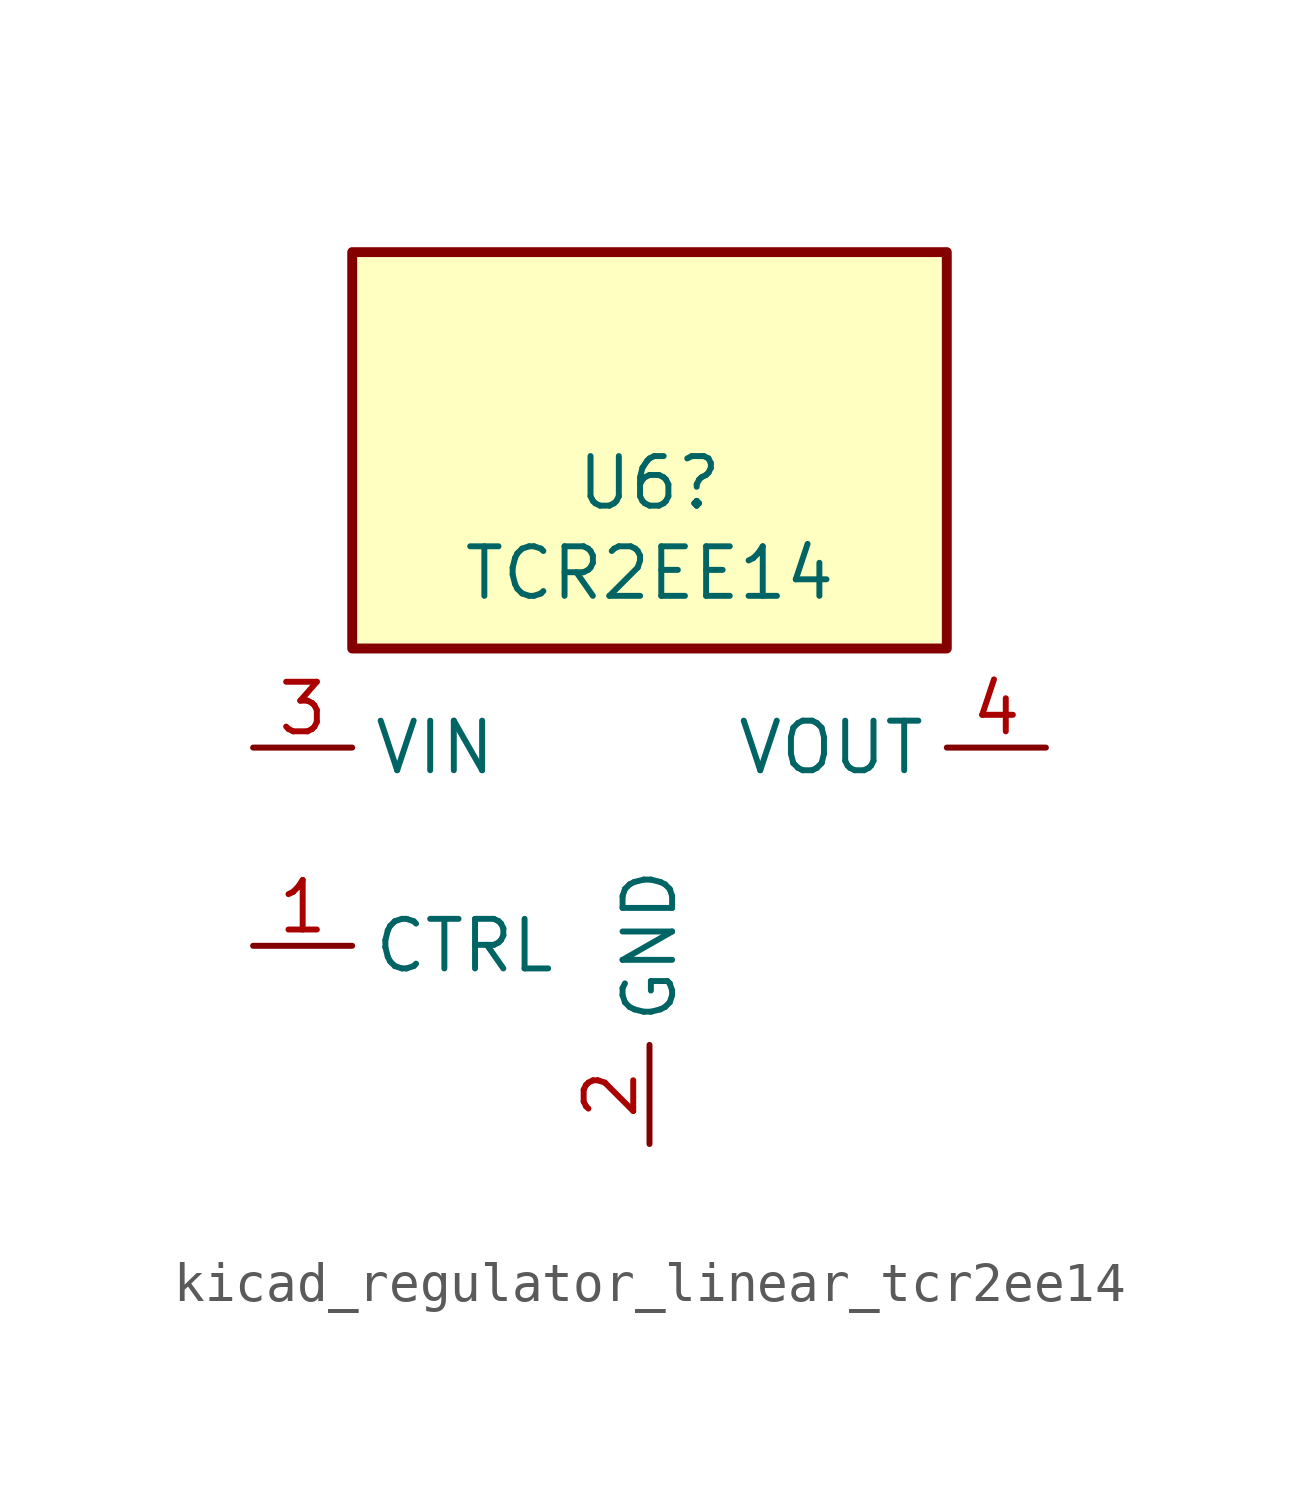
<source format=kicad_sym>
(kicad_symbol_lib
  (version 20220914)
  (generator kicad_symbol_editor)
  (symbol "kicad_regulator_linear_tcr2ee14"
    (property "Reference" "U6"
      (at 0 9.322 0)
      (effects (font (size 1.27 1.27))))
    (property "Value" "TCR2EE14"
      (at 0 7.01 0)
      (effects (font (size 1.27 1.27))))
    (symbol "kicad_regulator_linear_tcr2ee14_0_1"
      (rectangle (start 7.62 15.24) (end -7.62 5.08) (stroke (width 0.254) (type default)) (fill (type background))))
    (symbol "kicad_regulator_linear_tcr2ee14_1_1"
      (pin input line (at -10.16 -2.54 0) (length 2.54) (name "CTRL" (effects (font (size 1.27 1.27)))) (number "1" (effects (font (size 1.27 1.27)))))
      (pin power_in line (at 0 -7.62 90) (length 2.54) (name "GND" (effects (font (size 1.27 1.27)))) (number "2" (effects (font (size 1.27 1.27)))))
      (pin power_in line (at -10.16 2.54 0) (length 2.54) (name "VIN" (effects (font (size 1.27 1.27)))) (number "3" (effects (font (size 1.27 1.27)))))
      (pin power_out line (at 10.16 2.54 180) (length 2.54) (name "VOUT" (effects (font (size 1.27 1.27)))) (number "4" (effects (font (size 1.27 1.27)))))
      (pin no_connect line (at 7.62 -2.54 180) (length 2.54) hide (name "NC" (effects (font (size 1.27 1.27)))) (number "5" (effects (font (size 1.27 1.27))))))))
</source>
